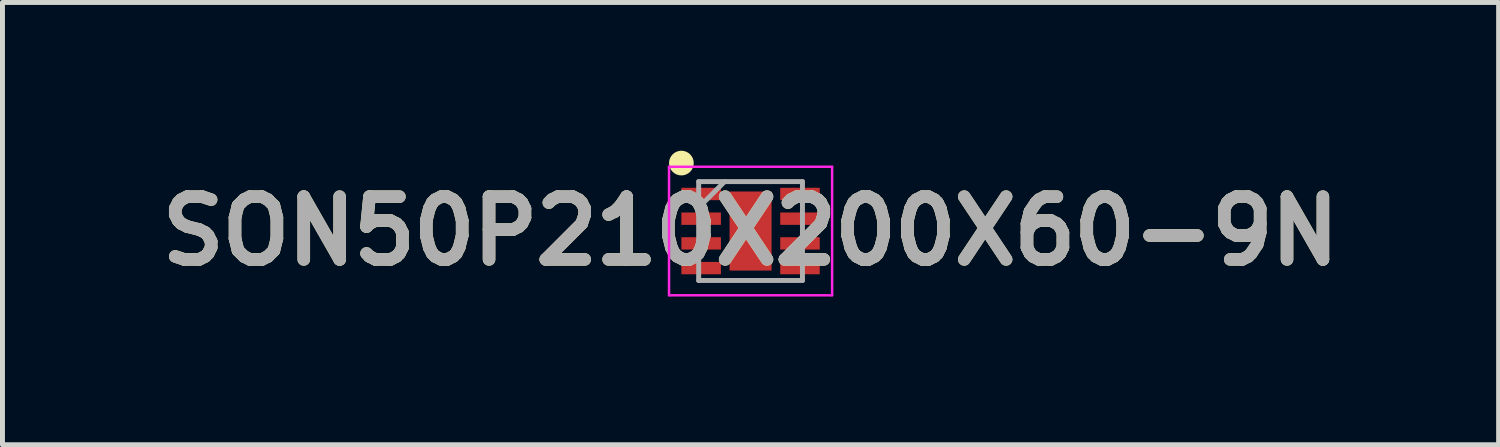
<source format=kicad_pcb>
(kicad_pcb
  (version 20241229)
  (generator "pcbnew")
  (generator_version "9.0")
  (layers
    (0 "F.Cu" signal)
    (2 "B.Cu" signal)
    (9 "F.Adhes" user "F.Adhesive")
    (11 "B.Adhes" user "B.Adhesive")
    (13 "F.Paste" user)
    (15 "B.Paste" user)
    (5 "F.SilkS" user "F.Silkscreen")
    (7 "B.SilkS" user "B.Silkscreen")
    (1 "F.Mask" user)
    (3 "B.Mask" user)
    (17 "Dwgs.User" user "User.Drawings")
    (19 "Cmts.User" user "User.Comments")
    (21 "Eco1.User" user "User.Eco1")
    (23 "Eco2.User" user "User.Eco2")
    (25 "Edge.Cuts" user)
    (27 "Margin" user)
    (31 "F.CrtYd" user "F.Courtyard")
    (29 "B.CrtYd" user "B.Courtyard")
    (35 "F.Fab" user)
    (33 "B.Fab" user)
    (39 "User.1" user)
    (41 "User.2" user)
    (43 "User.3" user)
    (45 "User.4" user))
  (footprint "SON50P210X200X60-9N"
    (layer "F.Cu")
    (at 12.138 1.625)
    (property "Reference" "SON50P210X200X60-9N" (at 0 0 0) (layer "F.SilkS") (effects (font (size 1.27 1.27) (thickness 0.254))))
    (attr smd)
    (fp_circle (center -1.4 -1.375) (end -1.4 -1.25) (stroke (width 0.25) (type solid)) (fill no) (layer "F.SilkS"))
    (fp_line (start -1.65 -1.3) (end 1.65 -1.3) (stroke (width 0.05) (type solid)) (layer "F.CrtYd"))
    (fp_line (start -1.65 1.3) (end -1.65 -1.3) (stroke (width 0.05) (type solid)) (layer "F.CrtYd"))
    (fp_line (start 1.65 -1.3) (end 1.65 1.3) (stroke (width 0.05) (type solid)) (layer "F.CrtYd"))
    (fp_line (start 1.65 1.3) (end -1.65 1.3) (stroke (width 0.05) (type solid)) (layer "F.CrtYd"))
    (fp_line (start -1.05 -1) (end 1.05 -1) (stroke (width 0.1) (type solid)) (layer "F.Fab"))
    (fp_line (start -1.05 -0.475) (end -0.525 -1) (stroke (width 0.1) (type solid)) (layer "F.Fab"))
    (fp_line (start -1.05 1) (end -1.05 -1) (stroke (width 0.1) (type solid)) (layer "F.Fab"))
    (fp_line (start 1.05 -1) (end 1.05 1) (stroke (width 0.1) (type solid)) (layer "F.Fab"))
    (fp_line (start 1.05 1) (end -1.05 1) (stroke (width 0.1) (type solid)) (layer "F.Fab"))
    (fp_text user "${REFERENCE}" (at 0 0 0) (layer "F.Fab") (effects (font (size 1.27 1.27) (thickness 0.254))))
    (pad "1" smd rect (at -1 -0.75 90) (size 0.25 0.8) (layers "F.Cu" "F.Mask" "F.Paste"))
    (pad "2" smd rect (at -1 -0.25 90) (size 0.25 0.8) (layers "F.Cu" "F.Mask" "F.Paste"))
    (pad "3" smd rect (at -1 0.25 90) (size 0.25 0.8) (layers "F.Cu" "F.Mask" "F.Paste"))
    (pad "4" smd rect (at -1 0.75 90) (size 0.25 0.8) (layers "F.Cu" "F.Mask" "F.Paste"))
    (pad "5" smd rect (at 1 0.75 90) (size 0.25 0.8) (layers "F.Cu" "F.Mask" "F.Paste"))
    (pad "6" smd rect (at 1 0.25 90) (size 0.25 0.8) (layers "F.Cu" "F.Mask" "F.Paste"))
    (pad "7" smd rect (at 1 -0.25 90) (size 0.25 0.8) (layers "F.Cu" "F.Mask" "F.Paste"))
    (pad "8" smd rect (at 1 -0.75 90) (size 0.25 0.8) (layers "F.Cu" "F.Mask" "F.Paste"))
    (pad "9" smd rect (at 0 0) (size 0.85 1.6) (layers "F.Cu" "F.Mask" "F.Paste")))
  (gr_rect
    (start -3 -3)
    (end 27.275 5.95)
    (stroke (width 0.1) (type default))
    (fill no)
    (layer "Edge.Cuts")))
</source>
